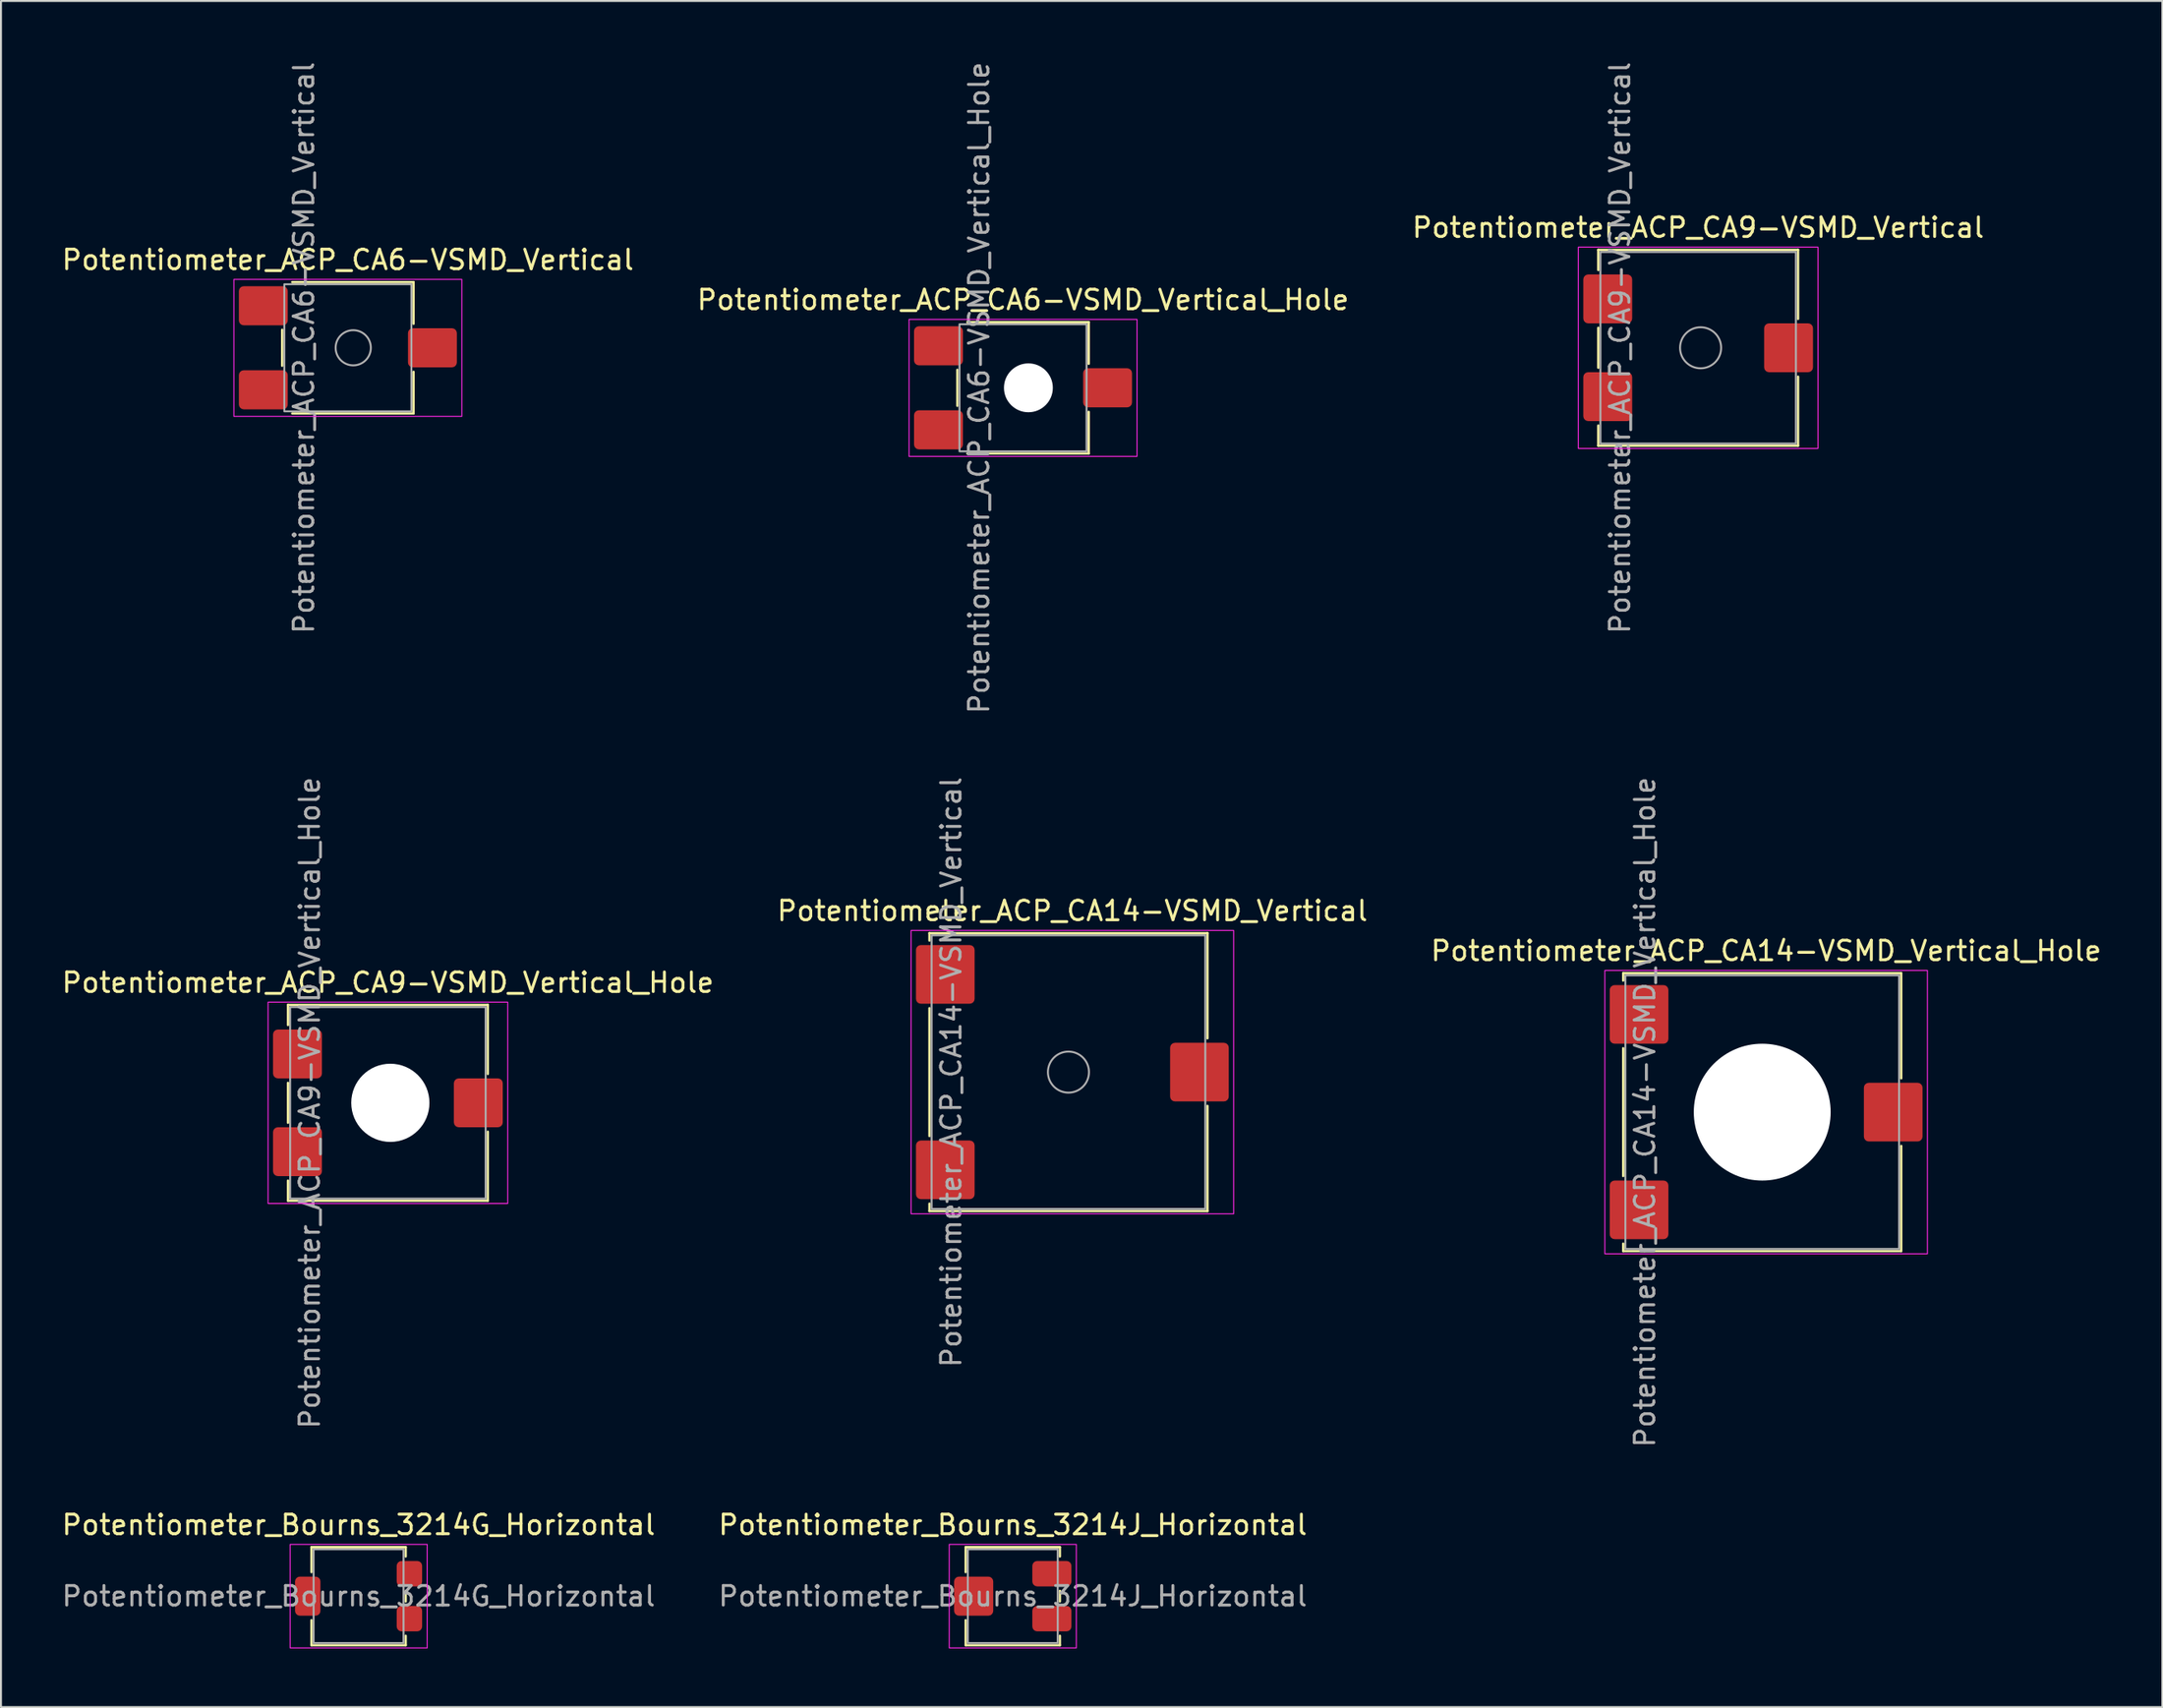
<source format=kicad_pcb>
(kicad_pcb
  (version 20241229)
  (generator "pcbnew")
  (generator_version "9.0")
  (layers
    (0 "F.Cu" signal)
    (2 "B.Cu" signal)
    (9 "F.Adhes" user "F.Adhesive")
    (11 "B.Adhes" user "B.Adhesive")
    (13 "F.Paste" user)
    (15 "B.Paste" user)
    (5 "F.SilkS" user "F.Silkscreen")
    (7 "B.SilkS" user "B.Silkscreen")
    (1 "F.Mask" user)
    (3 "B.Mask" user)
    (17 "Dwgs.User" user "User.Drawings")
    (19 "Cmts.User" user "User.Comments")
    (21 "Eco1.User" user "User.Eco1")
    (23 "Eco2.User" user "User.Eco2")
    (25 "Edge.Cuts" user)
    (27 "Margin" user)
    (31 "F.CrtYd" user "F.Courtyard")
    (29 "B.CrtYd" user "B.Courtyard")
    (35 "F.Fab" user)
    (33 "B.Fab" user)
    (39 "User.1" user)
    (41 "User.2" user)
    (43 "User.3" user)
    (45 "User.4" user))
  (footprint "Potentiometer_ACP_CA14-VSMD_Vertical"
    (layer "F.Cu")
    (at 51.804 51.804)
    (property "Reference" "Potentiometer_ACP_CA14-VSMD_Vertical" (at 0 -8.25 0) (layer "F.SilkS") (effects (font (size 1 1) (thickness 0.15))))
    (attr smd)
    (fp_line (start -7.31 -7.11) (end 6.91 -7.11) (stroke (width 0.12) (type solid)) (layer "F.SilkS"))
    (fp_line (start -7.31 -6.73) (end -7.31 -7.11) (stroke (width 0.12) (type solid)) (layer "F.SilkS"))
    (fp_line (start -7.31 3.27) (end -7.31 -3.27) (stroke (width 0.12) (type solid)) (layer "F.SilkS"))
    (fp_line (start -7.31 7.11) (end -7.31 6.73) (stroke (width 0.12) (type solid)) (layer "F.SilkS"))
    (fp_line (start 6.91 -7.11) (end 6.91 -1.73) (stroke (width 0.12) (type solid)) (layer "F.SilkS"))
    (fp_line (start 6.91 1.73) (end 6.91 7.11) (stroke (width 0.12) (type solid)) (layer "F.SilkS"))
    (fp_line (start 6.91 7.11) (end -7.31 7.11) (stroke (width 0.12) (type solid)) (layer "F.SilkS"))
    (fp_rect (start -8.25 -7.25) (end 8.25 7.25) (stroke (width 0.05) (type solid)) (fill no) (layer "F.CrtYd"))
    (fp_rect (start -7.2 -7) (end 6.8 7) (stroke (width 0.1) (type solid)) (fill no) (layer "F.Fab"))
    (fp_circle (center -0.2 0) (end 0.85 0) (stroke (width 0.1) (type solid)) (fill no) (layer "F.Fab"))
    (fp_text user "${REFERENCE}" (at -6.2 0 90) (layer "F.Fab") (effects (font (size 1 1) (thickness 0.15))))
    (pad "1" smd roundrect (at -6.5 5) (size 3 3) (layers "F.Cu" "F.Mask" "F.Paste") (roundrect_rratio 0.083))
    (pad "2" smd roundrect (at 6.5 0) (size 3 3) (layers "F.Cu" "F.Mask" "F.Paste") (roundrect_rratio 0.083))
    (pad "3" smd roundrect (at -6.5 -5) (size 3 3) (layers "F.Cu" "F.Mask" "F.Paste") (roundrect_rratio 0.083)))
  (footprint "Potentiometer_Bourns_3214J_Horizontal"
    (layer "F.Cu")
    (at 48.756 78.617)
    (property "Reference" "Potentiometer_Bourns_3214J_Horizontal" (at 0 -3.65 0) (layer "F.SilkS") (effects (font (size 1 1) (thickness 0.15))))
    (attr smd)
    (fp_line (start -2.41 -2.51) (end 2.41 -2.51) (stroke (width 0.12) (type solid)) (layer "F.SilkS"))
    (fp_line (start -2.41 -1.23) (end -2.41 -2.51) (stroke (width 0.12) (type solid)) (layer "F.SilkS"))
    (fp_line (start -2.41 2.51) (end -2.41 1.23) (stroke (width 0.12) (type solid)) (layer "F.SilkS"))
    (fp_line (start 2.41 -2.51) (end 2.41 -2.03) (stroke (width 0.12) (type solid)) (layer "F.SilkS"))
    (fp_line (start 2.41 -0.27) (end 2.41 0.27) (stroke (width 0.12) (type solid)) (layer "F.SilkS"))
    (fp_line (start 2.41 2.03) (end 2.41 2.51) (stroke (width 0.12) (type solid)) (layer "F.SilkS"))
    (fp_line (start 2.41 2.51) (end -2.41 2.51) (stroke (width 0.12) (type solid)) (layer "F.SilkS"))
    (fp_rect (start -3.25 -2.65) (end 3.25 2.65) (stroke (width 0.05) (type solid)) (fill no) (layer "F.CrtYd"))
    (fp_rect (start -2.3 -2.4) (end 2.3 2.4) (stroke (width 0.1) (type solid)) (fill no) (layer "F.Fab"))
    (fp_text user "${REFERENCE}" (at 0 0 0) (layer "F.Fab") (effects (font (size 1 1) (thickness 0.15))))
    (pad "1" smd roundrect (at 2 -1.15) (size 2 1.3) (layers "F.Cu" "F.Mask" "F.Paste") (roundrect_rratio 0.192))
    (pad "2" smd roundrect (at -2 0) (size 2 2) (layers "F.Cu" "F.Mask" "F.Paste") (roundrect_rratio 0.125))
    (pad "3" smd roundrect (at 2 1.15) (size 2 1.3) (layers "F.Cu" "F.Mask" "F.Paste") (roundrect_rratio 0.192)))
  (footprint "Potentiometer_ACP_CA9-VSMD_Vertical_Hole"
    (layer "F.Cu")
    (at 16.792 53.375)
    (property "Reference" "Potentiometer_ACP_CA9-VSMD_Vertical_Hole" (at 0 -6.15 0) (layer "F.SilkS") (effects (font (size 1 1) (thickness 0.15))))
    (attr smd)
    (fp_line (start -5.11 -5.01) (end 5.11 -5.01) (stroke (width 0.12) (type solid)) (layer "F.SilkS"))
    (fp_line (start -5.11 -3.98) (end -5.11 -5.01) (stroke (width 0.12) (type solid)) (layer "F.SilkS"))
    (fp_line (start -5.11 1.02) (end -5.11 -1.02) (stroke (width 0.12) (type solid)) (layer "F.SilkS"))
    (fp_line (start -5.11 5.01) (end -5.11 3.98) (stroke (width 0.12) (type solid)) (layer "F.SilkS"))
    (fp_line (start 5.11 -5.01) (end 5.11 -1.48) (stroke (width 0.12) (type solid)) (layer "F.SilkS"))
    (fp_line (start 5.11 1.48) (end 5.11 5.01) (stroke (width 0.12) (type solid)) (layer "F.SilkS"))
    (fp_line (start 5.11 5.01) (end -5.11 5.01) (stroke (width 0.12) (type solid)) (layer "F.SilkS"))
    (fp_rect (start -6.13 -5.15) (end 6.13 5.15) (stroke (width 0.05) (type solid)) (fill no) (layer "F.CrtYd"))
    (fp_rect (start -5 -4.9) (end 5 4.9) (stroke (width 0.1) (type solid)) (fill no) (layer "F.Fab"))
    (fp_text user "${REFERENCE}" (at -4 0 90) (layer "F.Fab") (effects (font (size 1 1) (thickness 0.15))))
    (pad "" np_thru_hole circle (at 0.125 0) (size 4 4) (drill 4) (layers "*.Cu" "*.Mask"))
    (pad "1" smd roundrect (at -4.625 2.5) (size 2.5 2.5) (layers "F.Cu" "F.Mask" "F.Paste") (roundrect_rratio 0.1))
    (pad "2" smd roundrect (at 4.625 0) (size 2.5 2.5) (layers "F.Cu" "F.Mask" "F.Paste") (roundrect_rratio 0.1))
    (pad "3" smd roundrect (at -4.625 -2.5) (size 2.5 2.5) (layers "F.Cu" "F.Mask" "F.Paste") (roundrect_rratio 0.1)))
  (footprint "Potentiometer_Bourns_3214G_Horizontal"
    (layer "F.Cu")
    (at 15.292 78.617)
    (property "Reference" "Potentiometer_Bourns_3214G_Horizontal" (at 0 -3.65 0) (layer "F.SilkS") (effects (font (size 1 1) (thickness 0.15))))
    (attr smd)
    (fp_line (start -2.41 -2.51) (end 2.41 -2.51) (stroke (width 0.12) (type solid)) (layer "F.SilkS"))
    (fp_line (start -2.41 -1.23) (end -2.41 -2.51) (stroke (width 0.12) (type solid)) (layer "F.SilkS"))
    (fp_line (start -2.41 2.51) (end -2.41 1.23) (stroke (width 0.12) (type solid)) (layer "F.SilkS"))
    (fp_line (start 2.41 -2.51) (end 2.41 -2.03) (stroke (width 0.12) (type solid)) (layer "F.SilkS"))
    (fp_line (start 2.41 -0.27) (end 2.41 0.27) (stroke (width 0.12) (type solid)) (layer "F.SilkS"))
    (fp_line (start 2.41 2.03) (end 2.41 2.51) (stroke (width 0.12) (type solid)) (layer "F.SilkS"))
    (fp_line (start 2.41 2.51) (end -2.41 2.51) (stroke (width 0.12) (type solid)) (layer "F.SilkS"))
    (fp_rect (start -3.5 -2.65) (end 3.51 2.65) (stroke (width 0.05) (type solid)) (fill no) (layer "F.CrtYd"))
    (fp_rect (start -2.3 -2.4) (end 2.3 2.4) (stroke (width 0.1) (type solid)) (fill no) (layer "F.Fab"))
    (fp_text user "${REFERENCE}" (at 0 0 0) (layer "F.Fab") (effects (font (size 1 1) (thickness 0.15))))
    (pad "1" smd roundrect (at 2.6 -1.15) (size 1.3 1.3) (layers "F.Cu" "F.Mask" "F.Paste") (roundrect_rratio 0.192))
    (pad "2" smd roundrect (at -2.6 0) (size 1.3 2) (layers "F.Cu" "F.Mask" "F.Paste") (roundrect_rratio 0.192))
    (pad "3" smd roundrect (at 2.6 1.15) (size 1.3 1.3) (layers "F.Cu" "F.Mask" "F.Paste") (roundrect_rratio 0.192)))
  (footprint "Potentiometer_ACP_CA14-VSMD_Vertical_Hole"
    (layer "F.Cu")
    (at 87.292 53.851)
    (property "Reference" "Potentiometer_ACP_CA14-VSMD_Vertical_Hole" (at 0 -8.25 0) (layer "F.SilkS") (effects (font (size 1 1) (thickness 0.15))))
    (attr smd)
    (fp_line (start -7.31 -7.11) (end 6.91 -7.11) (stroke (width 0.12) (type solid)) (layer "F.SilkS"))
    (fp_line (start -7.31 -6.73) (end -7.31 -7.11) (stroke (width 0.12) (type solid)) (layer "F.SilkS"))
    (fp_line (start -7.31 3.27) (end -7.31 -3.27) (stroke (width 0.12) (type solid)) (layer "F.SilkS"))
    (fp_line (start -7.31 7.11) (end -7.31 6.73) (stroke (width 0.12) (type solid)) (layer "F.SilkS"))
    (fp_line (start 6.91 -7.11) (end 6.91 -1.73) (stroke (width 0.12) (type solid)) (layer "F.SilkS"))
    (fp_line (start 6.91 1.73) (end 6.91 7.11) (stroke (width 0.12) (type solid)) (layer "F.SilkS"))
    (fp_line (start 6.91 7.11) (end -7.31 7.11) (stroke (width 0.12) (type solid)) (layer "F.SilkS"))
    (fp_rect (start -8.25 -7.25) (end 8.25 7.25) (stroke (width 0.05) (type solid)) (fill no) (layer "F.CrtYd"))
    (fp_rect (start -7.2 -7) (end 6.8 7) (stroke (width 0.1) (type solid)) (fill no) (layer "F.Fab"))
    (fp_text user "${REFERENCE}" (at -6.2 0 90) (layer "F.Fab") (effects (font (size 1 1) (thickness 0.15))))
    (pad "" np_thru_hole circle (at -0.2 0) (size 7 7) (drill 7) (layers "*.Cu" "*.Mask"))
    (pad "1" smd roundrect (at -6.5 5) (size 3 3) (layers "F.Cu" "F.Mask" "F.Paste") (roundrect_rratio 0.083))
    (pad "2" smd roundrect (at 6.5 0) (size 3 3) (layers "F.Cu" "F.Mask" "F.Paste") (roundrect_rratio 0.083))
    (pad "3" smd roundrect (at -6.5 -5) (size 3 3) (layers "F.Cu" "F.Mask" "F.Paste") (roundrect_rratio 0.083)))
  (footprint "Potentiometer_ACP_CA6-VSMD_Vertical_Hole"
    (layer "F.Cu")
    (at 49.28 16.792)
    (property "Reference" "Potentiometer_ACP_CA6-VSMD_Vertical_Hole" (at 0 -4.5 0) (layer "F.SilkS") (effects (font (size 1 1) (thickness 0.15))))
    (attr smd)
    (fp_line (start -3.36 0.92) (end -3.36 -0.92) (stroke (width 0.12) (type solid)) (layer "F.SilkS"))
    (fp_line (start -2.845 -3.36) (end 3.36 -3.36) (stroke (width 0.12) (type solid)) (layer "F.SilkS"))
    (fp_line (start 3.36 -3.36) (end 3.36 -1.23) (stroke (width 0.12) (type solid)) (layer "F.SilkS"))
    (fp_line (start 3.36 1.23) (end 3.36 3.36) (stroke (width 0.12) (type solid)) (layer "F.SilkS"))
    (fp_line (start 3.36 3.36) (end -2.845 3.36) (stroke (width 0.12) (type solid)) (layer "F.SilkS"))
    (fp_rect (start -5.83 -3.5) (end 5.83 3.51) (stroke (width 0.05) (type solid)) (fill no) (layer "F.CrtYd"))
    (fp_rect (start -3.25 -3.25) (end 3.25 3.25) (stroke (width 0.1) (type solid)) (fill no) (layer "F.Fab"))
    (fp_text user "${REFERENCE}" (at -2.25 0 90) (layer "F.Fab") (effects (font (size 1 1) (thickness 0.15))))
    (pad "" np_thru_hole circle (at 0.275 0) (size 2.5 2.5) (drill 2.5) (layers "*.Cu" "*.Mask"))
    (pad "1" smd roundrect (at -4.325 2.15) (size 2.5 2) (layers "F.Cu" "F.Mask" "F.Paste") (roundrect_rratio 0.125))
    (pad "2" smd roundrect (at 4.325 0) (size 2.5 2) (layers "F.Cu" "F.Mask" "F.Paste") (roundrect_rratio 0.125))
    (pad "3" smd roundrect (at -4.325 -2.15) (size 2.5 2) (layers "F.Cu" "F.Mask" "F.Paste") (roundrect_rratio 0.125)))
  (footprint "Potentiometer_ACP_CA6-VSMD_Vertical"
    (layer "F.Cu")
    (at 14.744 14.744)
    (property "Reference" "Potentiometer_ACP_CA6-VSMD_Vertical" (at 0 -4.5 0) (layer "F.SilkS") (effects (font (size 1 1) (thickness 0.15))))
    (attr smd)
    (fp_line (start -3.36 0.92) (end -3.36 -0.92) (stroke (width 0.12) (type solid)) (layer "F.SilkS"))
    (fp_line (start -2.845 -3.36) (end 3.36 -3.36) (stroke (width 0.12) (type solid)) (layer "F.SilkS"))
    (fp_line (start 3.36 -3.36) (end 3.36 -1.23) (stroke (width 0.12) (type solid)) (layer "F.SilkS"))
    (fp_line (start 3.36 1.23) (end 3.36 3.36) (stroke (width 0.12) (type solid)) (layer "F.SilkS"))
    (fp_line (start 3.36 3.36) (end -2.845 3.36) (stroke (width 0.12) (type solid)) (layer "F.SilkS"))
    (fp_rect (start -5.83 -3.5) (end 5.83 3.51) (stroke (width 0.05) (type solid)) (fill no) (layer "F.CrtYd"))
    (fp_rect (start -3.25 -3.25) (end 3.25 3.25) (stroke (width 0.1) (type solid)) (fill no) (layer "F.Fab"))
    (fp_circle (center 0.275 0) (end 1.175 0) (stroke (width 0.1) (type solid)) (fill no) (layer "F.Fab"))
    (fp_text user "${REFERENCE}" (at -2.25 0 90) (layer "F.Fab") (effects (font (size 1 1) (thickness 0.15))))
    (pad "1" smd roundrect (at -4.325 2.15) (size 2.5 2) (layers "F.Cu" "F.Mask" "F.Paste") (roundrect_rratio 0.125))
    (pad "2" smd roundrect (at 4.325 0) (size 2.5 2) (layers "F.Cu" "F.Mask" "F.Paste") (roundrect_rratio 0.125))
    (pad "3" smd roundrect (at -4.325 -2.15) (size 2.5 2) (layers "F.Cu" "F.Mask" "F.Paste") (roundrect_rratio 0.125)))
  (footprint "Potentiometer_ACP_CA9-VSMD_Vertical"
    (layer "F.Cu")
    (at 83.815 14.744)
    (property "Reference" "Potentiometer_ACP_CA9-VSMD_Vertical" (at 0 -6.15 0) (layer "F.SilkS") (effects (font (size 1 1) (thickness 0.15))))
    (attr smd)
    (fp_line (start -5.11 -5.01) (end 5.11 -5.01) (stroke (width 0.12) (type solid)) (layer "F.SilkS"))
    (fp_line (start -5.11 -3.98) (end -5.11 -5.01) (stroke (width 0.12) (type solid)) (layer "F.SilkS"))
    (fp_line (start -5.11 1.02) (end -5.11 -1.02) (stroke (width 0.12) (type solid)) (layer "F.SilkS"))
    (fp_line (start -5.11 5.01) (end -5.11 3.98) (stroke (width 0.12) (type solid)) (layer "F.SilkS"))
    (fp_line (start 5.11 -5.01) (end 5.11 -1.48) (stroke (width 0.12) (type solid)) (layer "F.SilkS"))
    (fp_line (start 5.11 1.48) (end 5.11 5.01) (stroke (width 0.12) (type solid)) (layer "F.SilkS"))
    (fp_line (start 5.11 5.01) (end -5.11 5.01) (stroke (width 0.12) (type solid)) (layer "F.SilkS"))
    (fp_rect (start -6.13 -5.15) (end 6.13 5.15) (stroke (width 0.05) (type solid)) (fill no) (layer "F.CrtYd"))
    (fp_rect (start -5 -4.9) (end 5 4.9) (stroke (width 0.1) (type solid)) (fill no) (layer "F.Fab"))
    (fp_circle (center 0.125 0) (end 1.175 0) (stroke (width 0.1) (type solid)) (fill no) (layer "F.Fab"))
    (fp_text user "${REFERENCE}" (at -4 0 90) (layer "F.Fab") (effects (font (size 1 1) (thickness 0.15))))
    (pad "1" smd roundrect (at -4.625 2.5) (size 2.5 2.5) (layers "F.Cu" "F.Mask" "F.Paste") (roundrect_rratio 0.1))
    (pad "2" smd roundrect (at 4.625 0) (size 2.5 2.5) (layers "F.Cu" "F.Mask" "F.Paste") (roundrect_rratio 0.1))
    (pad "3" smd roundrect (at -4.625 -2.5) (size 2.5 2.5) (layers "F.Cu" "F.Mask" "F.Paste") (roundrect_rratio 0.1)))
  (gr_rect
    (start -3 -3)
    (end 107.56 84.292)
    (stroke (width 0.1) (type default))
    (fill no)
    (layer "Edge.Cuts")))
</source>
